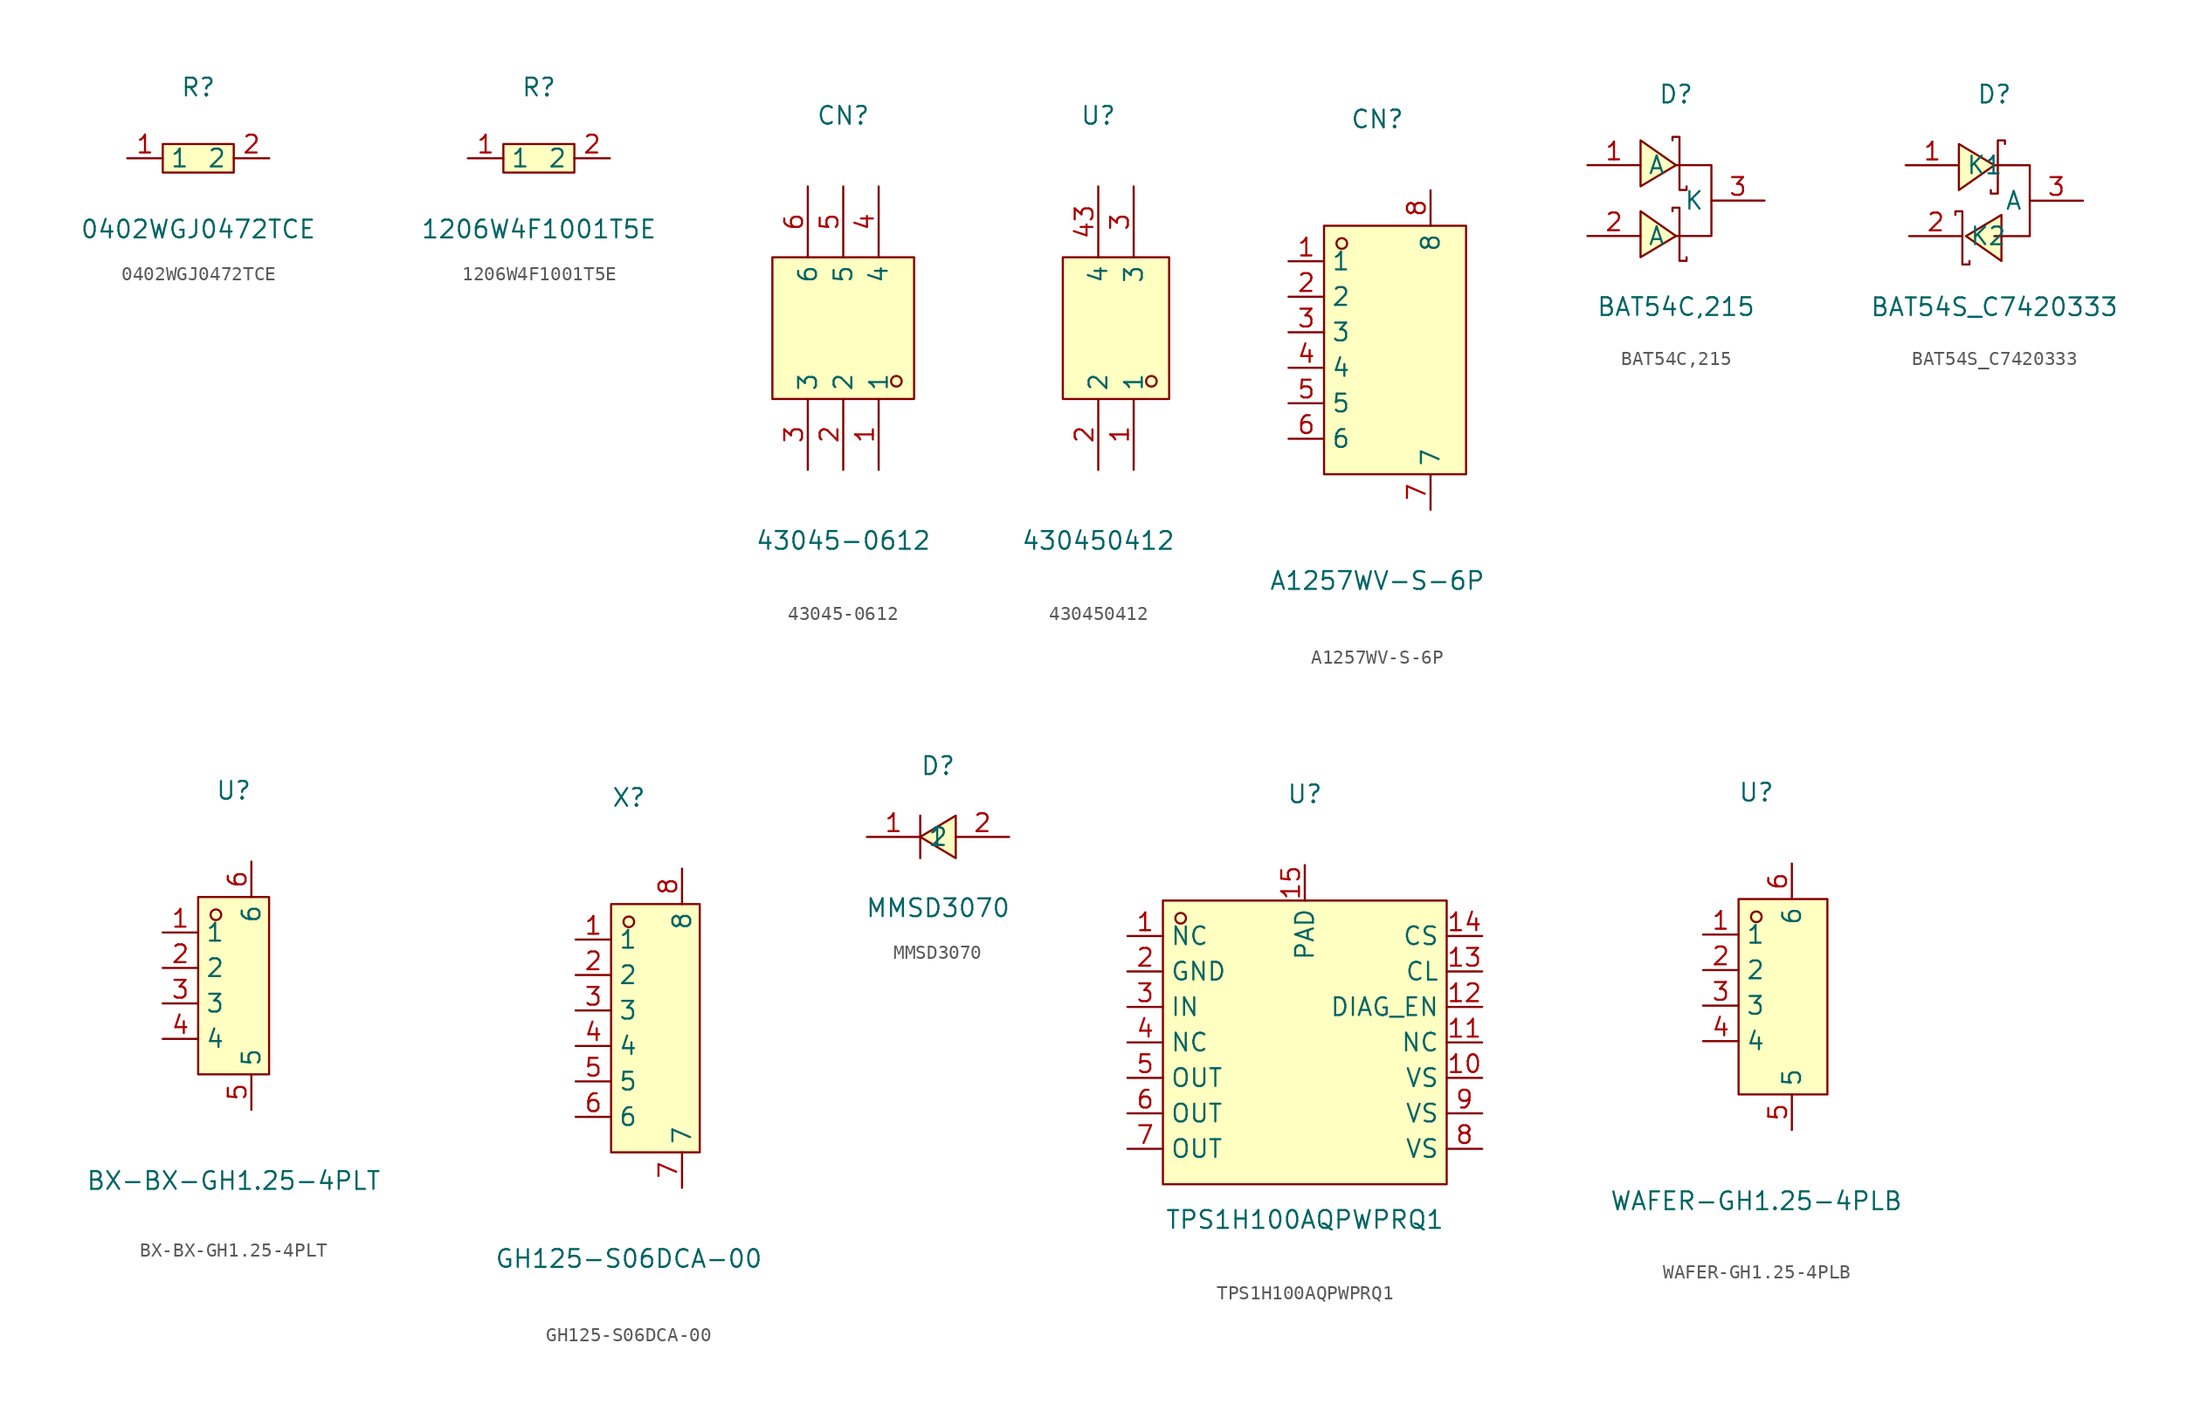
<source format=kicad_sym>
(kicad_symbol_lib
  (version 20211014)
  (generator https://github.com/uPesy/easyeda2kicad.py)
  (symbol "0402WGJ0472TCE"
    (property "Reference" "R"
      (at 0 5.08 0)
      (effects (font (size 1.27 1.27))))
    (property "Value" "0402WGJ0472TCE"
      (at 0 -5.08 0)
      (effects (font (size 1.27 1.27))))
    (symbol "0402WGJ0472TCE_0_1"
      (rectangle (start -2.54 1.02) (end 2.54 -1.02) (stroke (width 0) (type default) (color 0 0 0 0)) (fill (type background)))
      (pin input line (at 5.08 -0.00 180) (length 2.54) (name "2" (effects (font (size 1.27 1.27)))) (number "2" (effects (font (size 1.27 1.27)))))
      (pin input line (at -5.08 -0.00 0) (length 2.54) (name "1" (effects (font (size 1.27 1.27)))) (number "1" (effects (font (size 1.27 1.27)))))))
  (symbol "1206W4F1001T5E"
    (property "Reference" "R"
      (at 0 5.08 0)
      (effects (font (size 1.27 1.27))))
    (property "Value" "1206W4F1001T5E"
      (at 0 -5.08 0)
      (effects (font (size 1.27 1.27))))
    (symbol "1206W4F1001T5E_0_1"
      (rectangle (start -2.54 1.02) (end 2.54 -1.02) (stroke (width 0) (type default) (color 0 0 0 0)) (fill (type background)))
      (pin input line (at 5.08 -0.00 180) (length 2.54) (name "2" (effects (font (size 1.27 1.27)))) (number "2" (effects (font (size 1.27 1.27)))))
      (pin input line (at -5.08 -0.00 0) (length 2.54) (name "1" (effects (font (size 1.27 1.27)))) (number "1" (effects (font (size 1.27 1.27)))))))
  (symbol "43045-0612"
    (property "Reference" "CN"
      (at 0 15.24 0)
      (effects (font (size 1.27 1.27))))
    (property "Value" "43045-0612"
      (at 0 -15.24 0)
      (effects (font (size 1.27 1.27))))
    (symbol "43045-0612_0_1"
      (rectangle (start -5.08 5.08) (end 5.08 -5.08) (stroke (width 0) (type default) (color 0 0 0 0)) (fill (type background)))
      (circle (center 3.81 -3.81) (radius 0.38) (stroke (width 0) (type default) (color 0 0 0 0)) (fill (type none)))
      (pin unspecified line (at 2.54 -10.16 90) (length 5.08) (name "1" (effects (font (size 1.27 1.27)))) (number "1" (effects (font (size 1.27 1.27)))))
      (pin unspecified line (at 0.00 -10.16 90) (length 5.08) (name "2" (effects (font (size 1.27 1.27)))) (number "2" (effects (font (size 1.27 1.27)))))
      (pin unspecified line (at -2.54 -10.16 90) (length 5.08) (name "3" (effects (font (size 1.27 1.27)))) (number "3" (effects (font (size 1.27 1.27)))))
      (pin unspecified line (at 2.54 10.16 270) (length 5.08) (name "4" (effects (font (size 1.27 1.27)))) (number "4" (effects (font (size 1.27 1.27)))))
      (pin unspecified line (at 0.00 10.16 270) (length 5.08) (name "5" (effects (font (size 1.27 1.27)))) (number "5" (effects (font (size 1.27 1.27)))))
      (pin unspecified line (at -2.54 10.16 270) (length 5.08) (name "6" (effects (font (size 1.27 1.27)))) (number "6" (effects (font (size 1.27 1.27)))))))
  (symbol "430450412"
    (property "Reference" "U"
      (at 0 15.24 0)
      (effects (font (size 1.27 1.27))))
    (property "Value" "430450412"
      (at 0 -15.24 0)
      (effects (font (size 1.27 1.27))))
    (symbol "430450412_0_1"
      (rectangle (start -2.54 5.08) (end 5.08 -5.08) (stroke (width 0) (type default) (color 0 0 0 0)) (fill (type background)))
      (circle (center 3.81 -3.81) (radius 0.38) (stroke (width 0) (type default) (color 0 0 0 0)) (fill (type none)))
      (pin unspecified line (at 2.54 -10.16 90) (length 5.08) (name "1" (effects (font (size 1.27 1.27)))) (number "1" (effects (font (size 1.27 1.27)))))
      (pin unspecified line (at 0.00 -10.16 90) (length 5.08) (name "2" (effects (font (size 1.27 1.27)))) (number "2" (effects (font (size 1.27 1.27)))))
      (pin unspecified line (at 2.54 10.16 270) (length 5.08) (name "3" (effects (font (size 1.27 1.27)))) (number "3" (effects (font (size 1.27 1.27)))))
      (pin unspecified line (at 0.00 10.16 270) (length 5.08) (name "4" (effects (font (size 1.27 1.27)))) (number "43" (effects (font (size 1.27 1.27)))))))
  (symbol "A1257WV-S-6P"
    (property "Reference" "CN"
      (at 0 16.51 0)
      (effects (font (size 1.27 1.27))))
    (property "Value" "A1257WV-S-6P"
      (at 0 -16.51 0)
      (effects (font (size 1.27 1.27))))
    (symbol "A1257WV-S-6P_0_1"
      (rectangle (start -3.81 8.89) (end 6.35 -8.89) (stroke (width 0) (type default) (color 0 0 0 0)) (fill (type background)))
      (circle (center -2.54 7.62) (radius 0.38) (stroke (width 0) (type default) (color 0 0 0 0)) (fill (type none)))
      (pin unspecified line (at -6.35 6.35 0) (length 2.54) (name "1" (effects (font (size 1.27 1.27)))) (number "1" (effects (font (size 1.27 1.27)))))
      (pin unspecified line (at -6.35 3.81 0) (length 2.54) (name "2" (effects (font (size 1.27 1.27)))) (number "2" (effects (font (size 1.27 1.27)))))
      (pin unspecified line (at -6.35 1.27 0) (length 2.54) (name "3" (effects (font (size 1.27 1.27)))) (number "3" (effects (font (size 1.27 1.27)))))
      (pin unspecified line (at -6.35 -1.27 0) (length 2.54) (name "4" (effects (font (size 1.27 1.27)))) (number "4" (effects (font (size 1.27 1.27)))))
      (pin unspecified line (at -6.35 -3.81 0) (length 2.54) (name "5" (effects (font (size 1.27 1.27)))) (number "5" (effects (font (size 1.27 1.27)))))
      (pin unspecified line (at -6.35 -6.35 0) (length 2.54) (name "6" (effects (font (size 1.27 1.27)))) (number "6" (effects (font (size 1.27 1.27)))))
      (pin unspecified line (at 3.81 -11.43 90) (length 2.54) (name "7" (effects (font (size 1.27 1.27)))) (number "7" (effects (font (size 1.27 1.27)))))
      (pin unspecified line (at 3.81 11.43 270) (length 2.54) (name "8" (effects (font (size 1.27 1.27)))) (number "8" (effects (font (size 1.27 1.27)))))))
  (symbol "BAT54C,215"
    (property "Reference" "D"
      (at 0 7.62 0)
      (effects (font (size 1.27 1.27))))
    (property "Value" "BAT54C,215"
      (at 0 -7.62 0)
      (effects (font (size 1.27 1.27))))
    (symbol "BAT54C,215_0_1"
      (polyline (pts (xy -2.54 1.02) (xy 0.00 2.54) (xy -2.54 4.32) (xy -2.54 1.02)) (stroke (width 0) (type default) (color 0 0 0 0)) (fill (type background)))
      (polyline (pts (xy -2.54 -4.06) (xy 0.00 -2.54) (xy -2.54 -0.76) (xy -2.54 -4.06)) (stroke (width 0) (type default) (color 0 0 0 0)) (fill (type background)))
      (polyline (pts (xy 0.76 1.02) (xy 0.76 0.76) (xy 0.25 0.76) (xy 0.25 4.57) (xy -0.25 4.57) (xy -0.25 4.32)) (stroke (width 0) (type default) (color 0 0 0 0)) (fill (type none)))
      (polyline (pts (xy 0.76 -4.06) (xy 0.76 -4.32) (xy 0.25 -4.32) (xy 0.25 -0.51) (xy -0.25 -0.51) (xy -0.25 -0.76)) (stroke (width 0) (type default) (color 0 0 0 0)) (fill (type none)))
      (polyline (pts (xy 0.00 2.54) (xy 2.54 2.54) (xy 2.54 -2.54) (xy 0.00 -2.54)) (stroke (width 0) (type default) (color 0 0 0 0)) (fill (type none)))
      (pin unspecified line (at -6.35 2.54 0) (length 3.81) (name "A" (effects (font (size 1.27 1.27)))) (number "1" (effects (font (size 1.27 1.27)))))
      (pin unspecified line (at -6.35 -2.54 0) (length 3.81) (name "A" (effects (font (size 1.27 1.27)))) (number "2" (effects (font (size 1.27 1.27)))))
      (pin unspecified line (at 6.35 -0.00 180) (length 3.81) (name "K" (effects (font (size 1.27 1.27)))) (number "3" (effects (font (size 1.27 1.27)))))))
  (symbol "BAT54S_C7420333"
    (property "Reference" "D"
      (at 0 7.62 0)
      (effects (font (size 1.27 1.27))))
    (property "Value" "BAT54S_C7420333"
      (at 0 -7.62 0)
      (effects (font (size 1.27 1.27))))
    (symbol "BAT54S_C7420333_0_1"
      (polyline (pts (xy 0.51 -1.02) (xy -2.03 -2.54) (xy 0.51 -4.32) (xy 0.51 -1.02)) (stroke (width 0) (type default) (color 0 0 0 0)) (fill (type background)))
      (polyline (pts (xy -2.54 4.06) (xy 0.00 2.54) (xy -2.54 0.76) (xy -2.54 4.06)) (stroke (width 0) (type default) (color 0 0 0 0)) (fill (type background)))
      (polyline (pts (xy 0.00 2.54) (xy 2.54 2.54) (xy 2.54 -2.54) (xy 0.00 -2.54)) (stroke (width 0) (type default) (color 0 0 0 0)) (fill (type none)))
      (polyline (pts (xy -2.79 -1.02) (xy -2.79 -0.76) (xy -2.29 -0.76) (xy -2.29 -4.57) (xy -1.78 -4.57) (xy -1.78 -4.32)) (stroke (width 0) (type default) (color 0 0 0 0)) (fill (type none)))
      (polyline (pts (xy 0.76 4.06) (xy 0.76 4.32) (xy 0.25 4.32) (xy 0.25 0.51) (xy -0.25 0.51) (xy -0.25 0.76)) (stroke (width 0) (type default) (color 0 0 0 0)) (fill (type none)))
      (pin unspecified line (at -6.10 -2.54 0) (length 3.81) (name "K2" (effects (font (size 1.27 1.27)))) (number "2" (effects (font (size 1.27 1.27)))))
      (pin unspecified line (at 6.35 -0.00 180) (length 3.81) (name "A" (effects (font (size 1.27 1.27)))) (number "3" (effects (font (size 1.27 1.27)))))
      (pin unspecified line (at -6.35 2.54 0) (length 3.81) (name "K1" (effects (font (size 1.27 1.27)))) (number "1" (effects (font (size 1.27 1.27)))))))
  (symbol "BX-BX-GH1.25-4PLT"
    (property "Reference" "U"
      (at 0 13.97 0)
      (effects (font (size 1.27 1.27))))
    (property "Value" "BX-BX-GH1.25-4PLT"
      (at 0 -13.97 0)
      (effects (font (size 1.27 1.27))))
    (symbol "BX-BX-GH1.25-4PLT_0_1"
      (rectangle (start -2.54 6.35) (end 2.54 -6.35) (stroke (width 0) (type default) (color 0 0 0 0)) (fill (type background)))
      (circle (center -1.27 5.08) (radius 0.38) (stroke (width 0) (type default) (color 0 0 0 0)) (fill (type none)))
      (pin unspecified line (at -5.08 3.81 0) (length 2.54) (name "1" (effects (font (size 1.27 1.27)))) (number "1" (effects (font (size 1.27 1.27)))))
      (pin unspecified line (at -5.08 1.27 0) (length 2.54) (name "2" (effects (font (size 1.27 1.27)))) (number "2" (effects (font (size 1.27 1.27)))))
      (pin unspecified line (at -5.08 -1.27 0) (length 2.54) (name "3" (effects (font (size 1.27 1.27)))) (number "3" (effects (font (size 1.27 1.27)))))
      (pin unspecified line (at -5.08 -3.81 0) (length 2.54) (name "4" (effects (font (size 1.27 1.27)))) (number "4" (effects (font (size 1.27 1.27)))))
      (pin unspecified line (at 1.27 -8.89 90) (length 2.54) (name "5" (effects (font (size 1.27 1.27)))) (number "5" (effects (font (size 1.27 1.27)))))
      (pin unspecified line (at 1.27 8.89 270) (length 2.54) (name "6" (effects (font (size 1.27 1.27)))) (number "6" (effects (font (size 1.27 1.27)))))))
  (symbol "GH125-S06DCA-00"
    (property "Reference" "X"
      (at 0 16.51 0)
      (effects (font (size 1.27 1.27))))
    (property "Value" "GH125-S06DCA-00"
      (at 0 -16.51 0)
      (effects (font (size 1.27 1.27))))
    (symbol "GH125-S06DCA-00_0_1"
      (rectangle (start -1.27 8.89) (end 5.08 -8.89) (stroke (width 0) (type default) (color 0 0 0 0)) (fill (type background)))
      (circle (center 0.00 7.62) (radius 0.38) (stroke (width 0) (type default) (color 0 0 0 0)) (fill (type none)))
      (pin unspecified line (at -3.81 6.35 0) (length 2.54) (name "1" (effects (font (size 1.27 1.27)))) (number "1" (effects (font (size 1.27 1.27)))))
      (pin unspecified line (at -3.81 3.81 0) (length 2.54) (name "2" (effects (font (size 1.27 1.27)))) (number "2" (effects (font (size 1.27 1.27)))))
      (pin unspecified line (at -3.81 1.27 0) (length 2.54) (name "3" (effects (font (size 1.27 1.27)))) (number "3" (effects (font (size 1.27 1.27)))))
      (pin unspecified line (at -3.81 -1.27 0) (length 2.54) (name "4" (effects (font (size 1.27 1.27)))) (number "4" (effects (font (size 1.27 1.27)))))
      (pin unspecified line (at -3.81 -3.81 0) (length 2.54) (name "5" (effects (font (size 1.27 1.27)))) (number "5" (effects (font (size 1.27 1.27)))))
      (pin unspecified line (at -3.81 -6.35 0) (length 2.54) (name "6" (effects (font (size 1.27 1.27)))) (number "6" (effects (font (size 1.27 1.27)))))
      (pin unspecified line (at 3.81 -11.43 90) (length 2.54) (name "7" (effects (font (size 1.27 1.27)))) (number "7" (effects (font (size 1.27 1.27)))))
      (pin unspecified line (at 3.81 11.43 270) (length 2.54) (name "8" (effects (font (size 1.27 1.27)))) (number "8" (effects (font (size 1.27 1.27)))))))
  (symbol "MMSD3070"
    (property "Reference" "D"
      (at 0 5.08 0)
      (effects (font (size 1.27 1.27))))
    (property "Value" "MMSD3070"
      (at 0 -5.08 0)
      (effects (font (size 1.27 1.27))))
    (symbol "MMSD3070_0_1"
      (polyline (pts (xy 1.27 1.52) (xy -1.27 -0.00) (xy 1.27 -1.52) (xy 1.27 1.52)) (stroke (width 0) (type default) (color 0 0 0 0)) (fill (type background)))
      (polyline (pts (xy -1.27 -1.52) (xy -1.27 1.52)) (stroke (width 0) (type default) (color 0 0 0 0)) (fill (type none)))
      (pin unspecified line (at -5.08 -0.00 0) (length 3.81) (name "1" (effects (font (size 1.27 1.27)))) (number "1" (effects (font (size 1.27 1.27)))))
      (pin unspecified line (at 5.08 -0.00 180) (length 3.81) (name "2" (effects (font (size 1.27 1.27)))) (number "2" (effects (font (size 1.27 1.27)))))))
  (symbol "TPS1H100AQPWPRQ1"
    (property "Reference" "U"
      (at 0 17.78 0)
      (effects (font (size 1.27 1.27))))
    (property "Value" "TPS1H100AQPWPRQ1"
      (at 0 -12.70 0)
      (effects (font (size 1.27 1.27))))
    (symbol "TPS1H100AQPWPRQ1_0_1"
      (rectangle (start -10.16 10.16) (end 10.16 -10.16) (stroke (width 0) (type default) (color 0 0 0 0)) (fill (type background)))
      (circle (center -8.89 8.89) (radius 0.38) (stroke (width 0) (type default) (color 0 0 0 0)) (fill (type none)))
      (pin unspecified line (at -12.70 7.62 0) (length 2.54) (name "NC" (effects (font (size 1.27 1.27)))) (number "1" (effects (font (size 1.27 1.27)))))
      (pin unspecified line (at -12.70 5.08 0) (length 2.54) (name "GND" (effects (font (size 1.27 1.27)))) (number "2" (effects (font (size 1.27 1.27)))))
      (pin unspecified line (at -12.70 2.54 0) (length 2.54) (name "IN" (effects (font (size 1.27 1.27)))) (number "3" (effects (font (size 1.27 1.27)))))
      (pin unspecified line (at -12.70 -0.00 0) (length 2.54) (name "NC" (effects (font (size 1.27 1.27)))) (number "4" (effects (font (size 1.27 1.27)))))
      (pin unspecified line (at -12.70 -2.54 0) (length 2.54) (name "OUT" (effects (font (size 1.27 1.27)))) (number "5" (effects (font (size 1.27 1.27)))))
      (pin unspecified line (at -12.70 -5.08 0) (length 2.54) (name "OUT" (effects (font (size 1.27 1.27)))) (number "6" (effects (font (size 1.27 1.27)))))
      (pin unspecified line (at -12.70 -7.62 0) (length 2.54) (name "OUT" (effects (font (size 1.27 1.27)))) (number "7" (effects (font (size 1.27 1.27)))))
      (pin unspecified line (at 12.70 -7.62 180) (length 2.54) (name "VS" (effects (font (size 1.27 1.27)))) (number "8" (effects (font (size 1.27 1.27)))))
      (pin unspecified line (at 12.70 -5.08 180) (length 2.54) (name "VS" (effects (font (size 1.27 1.27)))) (number "9" (effects (font (size 1.27 1.27)))))
      (pin unspecified line (at 12.70 -2.54 180) (length 2.54) (name "VS" (effects (font (size 1.27 1.27)))) (number "10" (effects (font (size 1.27 1.27)))))
      (pin unspecified line (at 12.70 -0.00 180) (length 2.54) (name "NC" (effects (font (size 1.27 1.27)))) (number "11" (effects (font (size 1.27 1.27)))))
      (pin unspecified line (at 12.70 2.54 180) (length 2.54) (name "DIAG_EN" (effects (font (size 1.27 1.27)))) (number "12" (effects (font (size 1.27 1.27)))))
      (pin unspecified line (at 12.70 5.08 180) (length 2.54) (name "CL" (effects (font (size 1.27 1.27)))) (number "13" (effects (font (size 1.27 1.27)))))
      (pin unspecified line (at 12.70 7.62 180) (length 2.54) (name "CS" (effects (font (size 1.27 1.27)))) (number "14" (effects (font (size 1.27 1.27)))))
      (pin unspecified line (at 0.00 12.70 270) (length 2.54) (name "PAD" (effects (font (size 1.27 1.27)))) (number "15" (effects (font (size 1.27 1.27)))))))
  (symbol "WAFER-GH1.25-4PLB"
    (property "Reference" "U"
      (at 0 15.24 0)
      (effects (font (size 1.27 1.27))))
    (property "Value" "WAFER-GH1.25-4PLB"
      (at 0 -13.97 0)
      (effects (font (size 1.27 1.27))))
    (symbol "WAFER-GH1.25-4PLB_0_1"
      (rectangle (start -1.27 7.62) (end 5.08 -6.35) (stroke (width 0) (type default) (color 0 0 0 0)) (fill (type background)))
      (circle (center 0.00 6.35) (radius 0.38) (stroke (width 0) (type default) (color 0 0 0 0)) (fill (type none)))
      (pin unspecified line (at -3.81 5.08 0) (length 2.54) (name "1" (effects (font (size 1.27 1.27)))) (number "1" (effects (font (size 1.27 1.27)))))
      (pin unspecified line (at -3.81 2.54 0) (length 2.54) (name "2" (effects (font (size 1.27 1.27)))) (number "2" (effects (font (size 1.27 1.27)))))
      (pin unspecified line (at -3.81 -0.00 0) (length 2.54) (name "3" (effects (font (size 1.27 1.27)))) (number "3" (effects (font (size 1.27 1.27)))))
      (pin unspecified line (at -3.81 -2.54 0) (length 2.54) (name "4" (effects (font (size 1.27 1.27)))) (number "4" (effects (font (size 1.27 1.27)))))
      (pin unspecified line (at 2.54 -8.89 90) (length 2.54) (name "5" (effects (font (size 1.27 1.27)))) (number "5" (effects (font (size 1.27 1.27)))))
      (pin unspecified line (at 2.54 10.16 270) (length 2.54) (name "6" (effects (font (size 1.27 1.27)))) (number "6" (effects (font (size 1.27 1.27))))))))
</source>
